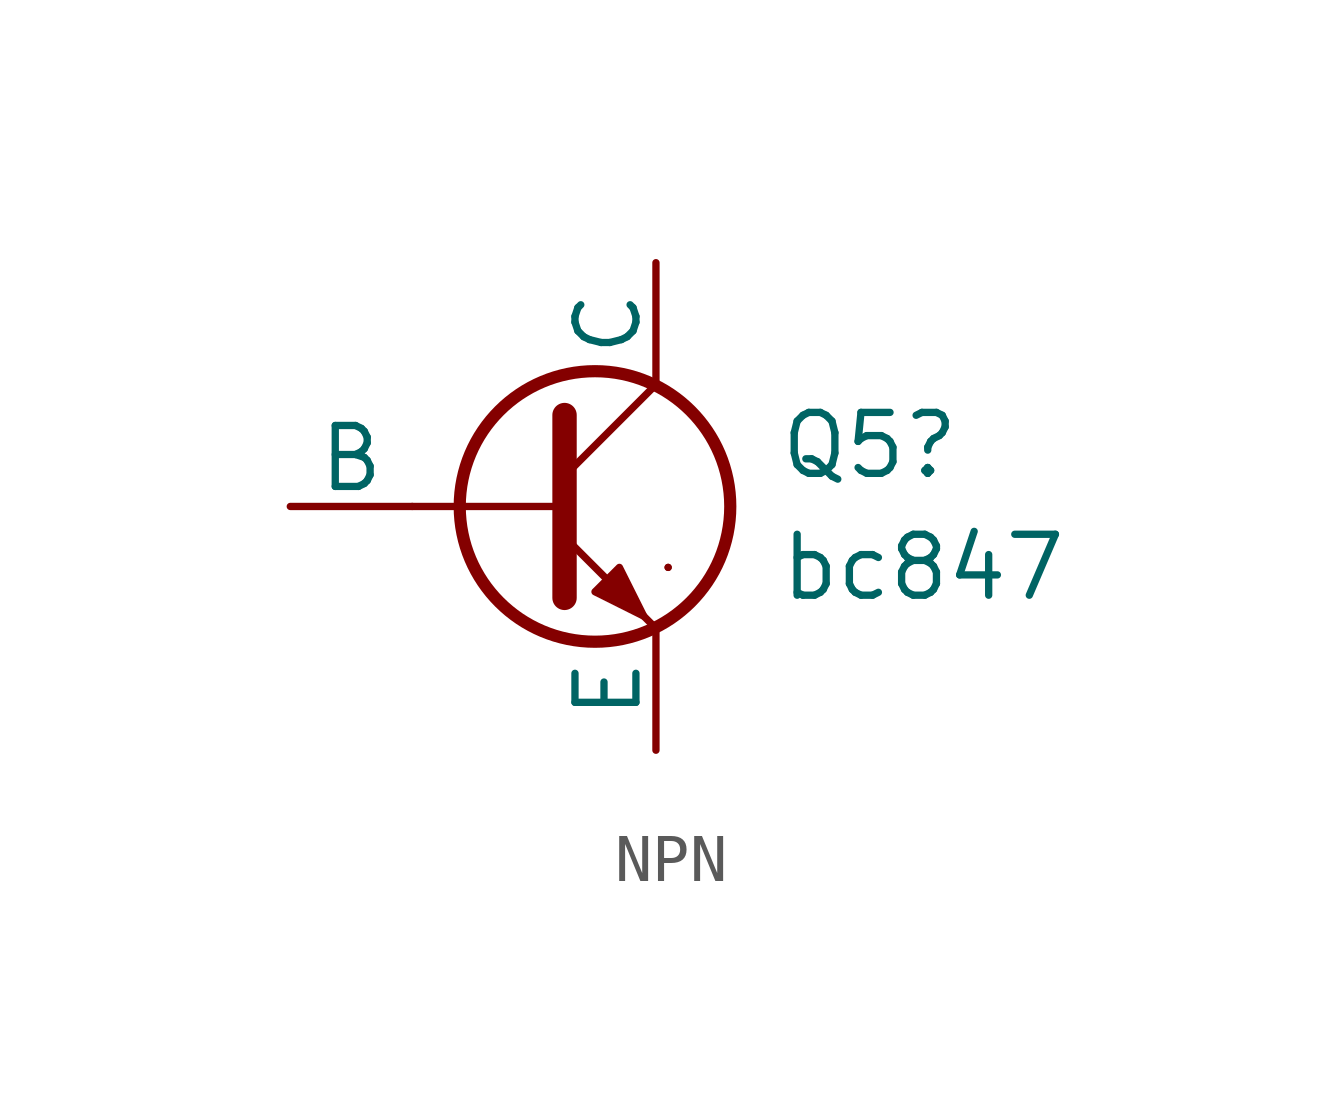
<source format=kicad_sym>
(kicad_symbol_lib
  (version 20241209)
  (generator "kicad_symbol_editor")
  (generator_version "9.0")
  (symbol "NPN"
    (pin_numbers
      (hide yes))
    (pin_names
      (offset 0))
    (property "Reference" "Q5"
      (at 5.08 1.27 0)
      (effects (font (size 1.27 1.27)) (justify left)))
    (property "Value" "bc847"
      (at 5.08 -1.27 0)
      (effects (font (size 1.27 1.27)) (justify left)))
    (symbol "NPN_0_1"
      (polyline (pts (xy -2.54 0) (xy 0.635 0)) (stroke (width 0.152) (type default)) (fill (type none)))
      (polyline (pts (xy 0.635 1.905) (xy 0.635 -1.905) (xy 0.635 -1.905)) (stroke (width 0.508) (type default)) (fill (type none)))
      (polyline (pts (xy 0.635 0.635) (xy 2.54 2.54)) (stroke (width 0) (type default)) (fill (type none)))
      (polyline (pts (xy 0.635 -0.635) (xy 2.54 -2.54) (xy 2.54 -2.54)) (stroke (width 0) (type default)) (fill (type none)))
      (circle (center 1.27 0) (radius 2.819) (stroke (width 0.254) (type default)) (fill (type none)))
      (polyline (pts (xy 1.27 -1.778) (xy 1.778 -1.27) (xy 2.286 -2.286) (xy 1.27 -1.778) (xy 1.27 -1.778)) (stroke (width 0) (type default)) (fill (type outline)))
      (polyline (pts (xy 2.794 -1.27) (xy 2.794 -1.27)) (stroke (width 0.152) (type default)) (fill (type none)))
      (polyline (pts (xy 2.794 -1.27) (xy 2.794 -1.27)) (stroke (width 0.152) (type default)) (fill (type none))))
    (symbol "NPN_1_1"
      (pin input line (at -5.08 0 0) (length 2.54) (name "B" (effects (font (size 1.27 1.27)))) (number "2" (effects (font (size 1.27 1.27)))))
      (pin open_collector line (at 2.54 5.08 270) (length 2.54) (name "C" (effects (font (size 1.27 1.27)))) (number "1" (effects (font (size 1.27 1.27)))))
      (pin open_emitter line (at 2.54 -5.08 90) (length 2.54) (name "E" (effects (font (size 1.27 1.27)))) (number "3" (effects (font (size 1.27 1.27))))))))
</source>
